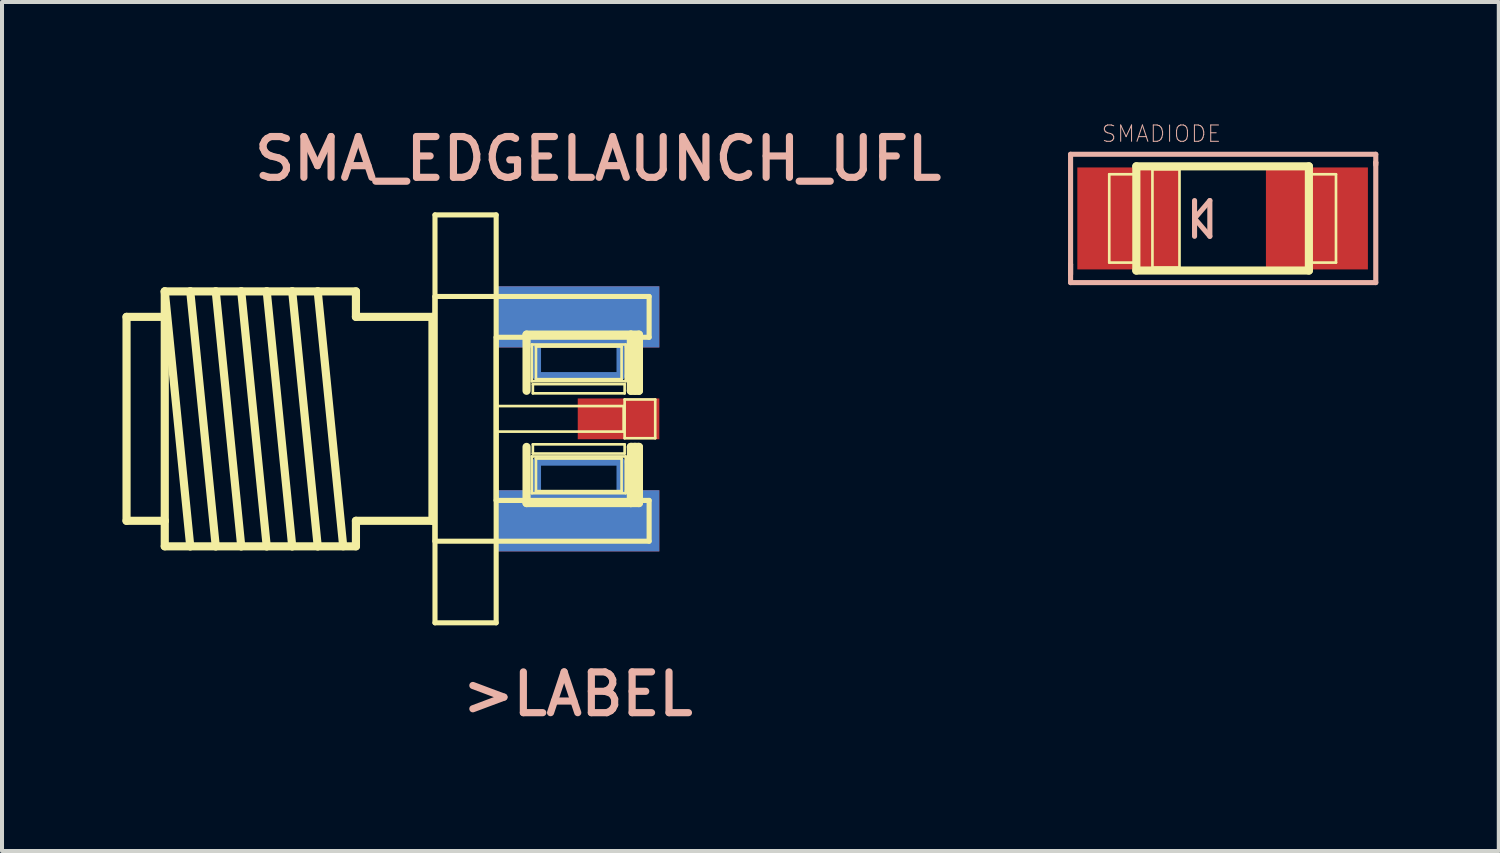
<source format=kicad_pcb>
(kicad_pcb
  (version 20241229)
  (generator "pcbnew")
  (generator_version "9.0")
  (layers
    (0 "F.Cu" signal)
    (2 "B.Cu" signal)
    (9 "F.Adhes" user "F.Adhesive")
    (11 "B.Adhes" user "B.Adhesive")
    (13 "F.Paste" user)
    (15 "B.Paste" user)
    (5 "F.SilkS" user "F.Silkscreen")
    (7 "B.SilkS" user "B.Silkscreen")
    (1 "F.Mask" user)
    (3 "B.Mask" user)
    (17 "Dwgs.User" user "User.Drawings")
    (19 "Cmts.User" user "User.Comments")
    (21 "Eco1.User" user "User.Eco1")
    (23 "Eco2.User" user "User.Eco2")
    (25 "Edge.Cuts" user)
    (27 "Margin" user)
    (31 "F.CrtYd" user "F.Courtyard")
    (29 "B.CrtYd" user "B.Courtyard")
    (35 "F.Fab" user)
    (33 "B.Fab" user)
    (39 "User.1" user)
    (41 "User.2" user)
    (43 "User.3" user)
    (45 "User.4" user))
  (footprint "SMADIODE"
    (layer "F.Cu")
    (at 27.404 2.391)
    (property "Reference" "SMADIODE" (at -1.524 -2.108 0) (layer "B.SilkS") (effects (font (size 0.406 0.406) (thickness 0.025))))
    (attr smd)
    (fp_line (start -2.824 -1.1) (end -2.174 -1.1) (stroke (width 0.066) (type solid)) (layer "F.SilkS"))
    (fp_line (start -2.824 1.1) (end -2.824 -1.1) (stroke (width 0.066) (type solid)) (layer "F.SilkS"))
    (fp_line (start -2.824 1.1) (end -2.174 1.1) (stroke (width 0.066) (type solid)) (layer "F.SilkS"))
    (fp_line (start -2.174 1.1) (end -2.174 -1.1) (stroke (width 0.066) (type solid)) (layer "F.SilkS"))
    (fp_line (start -2.149 -1.298) (end 2.149 -1.298) (stroke (width 0.203) (type solid)) (layer "F.SilkS"))
    (fp_line (start -2.149 1.298) (end -2.149 -1.298) (stroke (width 0.203) (type solid)) (layer "F.SilkS"))
    (fp_line (start -1.748 -1.224) (end -1.074 -1.224) (stroke (width 0.066) (type solid)) (layer "F.SilkS"))
    (fp_line (start -1.748 1.224) (end -1.748 -1.224) (stroke (width 0.066) (type solid)) (layer "F.SilkS"))
    (fp_line (start -1.748 1.224) (end -1.074 1.224) (stroke (width 0.066) (type solid)) (layer "F.SilkS"))
    (fp_line (start -1.074 1.224) (end -1.074 -1.224) (stroke (width 0.066) (type solid)) (layer "F.SilkS"))
    (fp_line (start 2.149 -1.298) (end 2.149 1.298) (stroke (width 0.203) (type solid)) (layer "F.SilkS"))
    (fp_line (start 2.149 1.298) (end -2.149 1.298) (stroke (width 0.203) (type solid)) (layer "F.SilkS"))
    (fp_line (start 2.174 -1.1) (end 2.824 -1.1) (stroke (width 0.066) (type solid)) (layer "F.SilkS"))
    (fp_line (start 2.174 1.1) (end 2.174 -1.1) (stroke (width 0.066) (type solid)) (layer "F.SilkS"))
    (fp_line (start 2.174 1.1) (end 2.824 1.1) (stroke (width 0.066) (type solid)) (layer "F.SilkS"))
    (fp_line (start 2.824 1.1) (end 2.824 -1.1) (stroke (width 0.066) (type solid)) (layer "F.SilkS"))
    (fp_line (start -3.787 -1.598) (end 3.815 -1.598) (stroke (width 0.127) (type solid)) (layer "B.SilkS"))
    (fp_line (start -3.787 1.146) (end -3.787 -1.598) (stroke (width 0.127) (type solid)) (layer "B.SilkS"))
    (fp_line (start -3.787 1.392) (end -3.787 1.146) (stroke (width 0.127) (type solid)) (layer "B.SilkS"))
    (fp_line (start -3.787 1.598) (end -3.787 1.146) (stroke (width 0.127) (type solid)) (layer "B.SilkS"))
    (fp_line (start -0.699 0) (end -0.318 0.445) (stroke (width 0.127) (type solid)) (layer "B.SilkS"))
    (fp_line (start -0.699 0.445) (end -0.699 -0.445) (stroke (width 0.127) (type solid)) (layer "B.SilkS"))
    (fp_line (start -0.318 -0.445) (end -0.699 0) (stroke (width 0.127) (type solid)) (layer "B.SilkS"))
    (fp_line (start -0.318 0.445) (end -0.318 -0.445) (stroke (width 0.127) (type solid)) (layer "B.SilkS"))
    (fp_line (start 3.815 -1.598) (end 3.815 -1.392) (stroke (width 0.127) (type solid)) (layer "B.SilkS"))
    (fp_line (start 3.815 -1.392) (end 3.815 -1.336) (stroke (width 0.127) (type solid)) (layer "B.SilkS"))
    (fp_line (start 3.815 -1.392) (end 3.815 1.598) (stroke (width 0.127) (type solid)) (layer "B.SilkS"))
    (fp_line (start 3.815 1.598) (end -3.787 1.598) (stroke (width 0.127) (type solid)) (layer "B.SilkS"))
    (pad "A" smd rect (at 2.349 0 180) (size 2.54 2.54) (layers "F.Cu" "F.Mask" "F.Paste"))
    (pad "C" smd rect (at -2.349 0) (size 2.54 2.54) (layers "F.Cu" "F.Mask" "F.Paste")))
  (footprint "SMA_EDGELAUNCH_UFL"
    (layer "F.Cu")
    (at 9.309 7.383)
    (property "Reference" "SMA_EDGELAUNCH_UFL" (at 2.54 -6.477 180) (layer "B.SilkS") (effects (font (size 1.016 1.016) (thickness 0.178))))
    (attr smd)
    (fp_line (start 1.016 -3.175) (end 3.099 -3.175) (stroke (width 0.203) (type solid)) (layer "B.Cu"))
    (fp_line (start 1.016 -1.064) (end 1.016 -3.175) (stroke (width 0.203) (type solid)) (layer "B.Cu"))
    (fp_line (start 1.016 1.064) (end 3.099 1.064) (stroke (width 0.203) (type solid)) (layer "B.Cu"))
    (fp_line (start 1.016 3.175) (end 1.016 1.064) (stroke (width 0.203) (type solid)) (layer "B.Cu"))
    (fp_line (start 3.099 -3.175) (end 3.099 -1.064) (stroke (width 0.203) (type solid)) (layer "B.Cu"))
    (fp_line (start 3.099 -1.064) (end 1.016 -1.064) (stroke (width 0.203) (type solid)) (layer "B.Cu"))
    (fp_line (start 3.099 1.064) (end 3.099 3.175) (stroke (width 0.203) (type solid)) (layer "B.Cu"))
    (fp_line (start 3.099 3.175) (end 1.016 3.175) (stroke (width 0.203) (type solid)) (layer "B.Cu"))
    (fp_line (start -9.207 -2.54) (end -8.255 -2.54) (stroke (width 0.203) (type solid)) (layer "F.SilkS"))
    (fp_line (start -9.207 2.54) (end -9.207 -2.54) (stroke (width 0.203) (type solid)) (layer "F.SilkS"))
    (fp_line (start -8.255 -3.175) (end -7.62 -3.175) (stroke (width 0.203) (type solid)) (layer "F.SilkS"))
    (fp_line (start -8.255 -3.175) (end -7.62 3.175) (stroke (width 0.203) (type solid)) (layer "F.SilkS"))
    (fp_line (start -8.255 -2.54) (end -8.255 -3.175) (stroke (width 0.203) (type solid)) (layer "F.SilkS"))
    (fp_line (start -8.255 -2.54) (end -8.255 2.54) (stroke (width 0.203) (type solid)) (layer "F.SilkS"))
    (fp_line (start -8.255 2.54) (end -9.207 2.54) (stroke (width 0.203) (type solid)) (layer "F.SilkS"))
    (fp_line (start -8.255 3.175) (end -8.255 2.54) (stroke (width 0.203) (type solid)) (layer "F.SilkS"))
    (fp_line (start -7.62 -3.175) (end -6.985 -3.175) (stroke (width 0.203) (type solid)) (layer "F.SilkS"))
    (fp_line (start -7.62 -3.175) (end -6.985 3.175) (stroke (width 0.203) (type solid)) (layer "F.SilkS"))
    (fp_line (start -7.62 3.175) (end -8.255 3.175) (stroke (width 0.203) (type solid)) (layer "F.SilkS"))
    (fp_line (start -6.985 -3.175) (end -6.35 -3.175) (stroke (width 0.203) (type solid)) (layer "F.SilkS"))
    (fp_line (start -6.985 -3.175) (end -6.35 3.175) (stroke (width 0.203) (type solid)) (layer "F.SilkS"))
    (fp_line (start -6.985 3.175) (end -7.62 3.175) (stroke (width 0.203) (type solid)) (layer "F.SilkS"))
    (fp_line (start -6.35 -3.175) (end -5.715 -3.175) (stroke (width 0.203) (type solid)) (layer "F.SilkS"))
    (fp_line (start -6.35 -3.175) (end -5.715 3.175) (stroke (width 0.203) (type solid)) (layer "F.SilkS"))
    (fp_line (start -6.35 3.175) (end -6.985 3.175) (stroke (width 0.203) (type solid)) (layer "F.SilkS"))
    (fp_line (start -5.715 -3.175) (end -5.08 -3.175) (stroke (width 0.203) (type solid)) (layer "F.SilkS"))
    (fp_line (start -5.715 -3.175) (end -5.08 3.175) (stroke (width 0.203) (type solid)) (layer "F.SilkS"))
    (fp_line (start -5.715 3.175) (end -6.35 3.175) (stroke (width 0.203) (type solid)) (layer "F.SilkS"))
    (fp_line (start -5.08 -3.175) (end -4.445 -3.175) (stroke (width 0.203) (type solid)) (layer "F.SilkS"))
    (fp_line (start -5.08 -3.175) (end -4.445 3.175) (stroke (width 0.203) (type solid)) (layer "F.SilkS"))
    (fp_line (start -5.08 3.175) (end -5.715 3.175) (stroke (width 0.203) (type solid)) (layer "F.SilkS"))
    (fp_line (start -4.445 -3.175) (end -3.81 3.175) (stroke (width 0.203) (type solid)) (layer "F.SilkS"))
    (fp_line (start -4.445 -3.175) (end -3.493 -3.175) (stroke (width 0.203) (type solid)) (layer "F.SilkS"))
    (fp_line (start -4.445 3.175) (end -5.08 3.175) (stroke (width 0.203) (type solid)) (layer "F.SilkS"))
    (fp_line (start -3.493 -3.175) (end -3.493 -2.54) (stroke (width 0.203) (type solid)) (layer "F.SilkS"))
    (fp_line (start -3.493 -2.54) (end -1.587 -2.54) (stroke (width 0.203) (type solid)) (layer "F.SilkS"))
    (fp_line (start -3.493 2.54) (end -3.493 3.175) (stroke (width 0.203) (type solid)) (layer "F.SilkS"))
    (fp_line (start -3.493 3.175) (end -4.445 3.175) (stroke (width 0.203) (type solid)) (layer "F.SilkS"))
    (fp_line (start -1.587 -2.54) (end -1.587 2.54) (stroke (width 0.203) (type solid)) (layer "F.SilkS"))
    (fp_line (start -1.587 2.54) (end -3.493 2.54) (stroke (width 0.203) (type solid)) (layer "F.SilkS"))
    (fp_line (start -1.524 -5.08) (end 0 -5.08) (stroke (width 0.127) (type solid)) (layer "F.SilkS"))
    (fp_line (start -1.524 -3.048) (end 3.81 -3.048) (stroke (width 0.127) (type solid)) (layer "F.SilkS"))
    (fp_line (start -1.524 3.048) (end -1.524 -3.048) (stroke (width 0.127) (type solid)) (layer "F.SilkS"))
    (fp_line (start -1.524 5.08) (end -1.524 -5.08) (stroke (width 0.127) (type solid)) (layer "F.SilkS"))
    (fp_line (start 0 -5.08) (end 0 5.08) (stroke (width 0.127) (type solid)) (layer "F.SilkS"))
    (fp_line (start 0 -2.032) (end 0 2.032) (stroke (width 0.127) (type solid)) (layer "F.SilkS"))
    (fp_line (start 0 -0.318) (end 3.175 -0.318) (stroke (width 0.066) (type solid)) (layer "F.SilkS"))
    (fp_line (start 0 0.318) (end 0 -0.318) (stroke (width 0.066) (type solid)) (layer "F.SilkS"))
    (fp_line (start 0 0.318) (end 3.175 0.318) (stroke (width 0.066) (type solid)) (layer "F.SilkS"))
    (fp_line (start 0 2.032) (end 3.81 2.032) (stroke (width 0.127) (type solid)) (layer "F.SilkS"))
    (fp_line (start 0 5.08) (end -1.524 5.08) (stroke (width 0.127) (type solid)) (layer "F.SilkS"))
    (fp_line (start 0.757 -0.699) (end 0.757 -2.098) (stroke (width 0.203) (type solid)) (layer "F.SilkS"))
    (fp_line (start 0.757 2.098) (end 0.757 0.699) (stroke (width 0.203) (type solid)) (layer "F.SilkS"))
    (fp_line (start 0.757 2.098) (end 3.355 2.098) (stroke (width 0.203) (type solid)) (layer "F.SilkS"))
    (fp_line (start 0.889 -1.852) (end 3.226 -1.852) (stroke (width 0.066) (type solid)) (layer "F.SilkS"))
    (fp_line (start 0.889 -0.937) (end 0.889 -1.852) (stroke (width 0.066) (type solid)) (layer "F.SilkS"))
    (fp_line (start 0.889 -0.937) (end 3.226 -0.937) (stroke (width 0.066) (type solid)) (layer "F.SilkS"))
    (fp_line (start 0.889 0.937) (end 3.226 0.937) (stroke (width 0.066) (type solid)) (layer "F.SilkS"))
    (fp_line (start 0.889 1.852) (end 0.889 0.937) (stroke (width 0.066) (type solid)) (layer "F.SilkS"))
    (fp_line (start 0.889 1.852) (end 3.226 1.852) (stroke (width 0.066) (type solid)) (layer "F.SilkS"))
    (fp_line (start 0.914 -0.864) (end 3.2 -0.864) (stroke (width 0.066) (type solid)) (layer "F.SilkS"))
    (fp_line (start 0.914 -0.635) (end 0.914 -0.864) (stroke (width 0.066) (type solid)) (layer "F.SilkS"))
    (fp_line (start 0.914 -0.635) (end 3.2 -0.635) (stroke (width 0.066) (type solid)) (layer "F.SilkS"))
    (fp_line (start 0.914 0.635) (end 3.2 0.635) (stroke (width 0.066) (type solid)) (layer "F.SilkS"))
    (fp_line (start 0.914 0.864) (end 0.914 0.635) (stroke (width 0.066) (type solid)) (layer "F.SilkS"))
    (fp_line (start 0.914 0.864) (end 3.2 0.864) (stroke (width 0.066) (type solid)) (layer "F.SilkS"))
    (fp_line (start 0.991 -1.801) (end 3.124 -1.801) (stroke (width 0.066) (type solid)) (layer "F.SilkS"))
    (fp_line (start 0.991 -0.988) (end 0.991 -1.801) (stroke (width 0.066) (type solid)) (layer "F.SilkS"))
    (fp_line (start 0.991 -0.988) (end 3.124 -0.988) (stroke (width 0.066) (type solid)) (layer "F.SilkS"))
    (fp_line (start 0.991 0.988) (end 3.124 0.988) (stroke (width 0.066) (type solid)) (layer "F.SilkS"))
    (fp_line (start 0.991 1.801) (end 0.991 0.988) (stroke (width 0.066) (type solid)) (layer "F.SilkS"))
    (fp_line (start 0.991 1.801) (end 3.124 1.801) (stroke (width 0.066) (type solid)) (layer "F.SilkS"))
    (fp_line (start 3.124 -0.988) (end 3.124 -1.801) (stroke (width 0.066) (type solid)) (layer "F.SilkS"))
    (fp_line (start 3.124 1.801) (end 3.124 0.988) (stroke (width 0.066) (type solid)) (layer "F.SilkS"))
    (fp_line (start 3.175 0.318) (end 3.175 -0.318) (stroke (width 0.066) (type solid)) (layer "F.SilkS"))
    (fp_line (start 3.2 -0.635) (end 3.2 -0.864) (stroke (width 0.066) (type solid)) (layer "F.SilkS"))
    (fp_line (start 3.2 -0.483) (end 3.962 -0.483) (stroke (width 0.066) (type solid)) (layer "F.SilkS"))
    (fp_line (start 3.2 0.483) (end 3.2 -0.483) (stroke (width 0.066) (type solid)) (layer "F.SilkS"))
    (fp_line (start 3.2 0.483) (end 3.962 0.483) (stroke (width 0.066) (type solid)) (layer "F.SilkS"))
    (fp_line (start 3.2 0.864) (end 3.2 0.635) (stroke (width 0.066) (type solid)) (layer "F.SilkS"))
    (fp_line (start 3.226 -0.937) (end 3.226 -1.852) (stroke (width 0.066) (type solid)) (layer "F.SilkS"))
    (fp_line (start 3.226 1.852) (end 3.226 0.937) (stroke (width 0.066) (type solid)) (layer "F.SilkS"))
    (fp_line (start 3.355 -2.098) (end 0.757 -2.098) (stroke (width 0.203) (type solid)) (layer "F.SilkS"))
    (fp_line (start 3.355 -0.699) (end 3.355 -2.098) (stroke (width 0.203) (type solid)) (layer "F.SilkS"))
    (fp_line (start 3.355 2.098) (end 3.355 0.699) (stroke (width 0.203) (type solid)) (layer "F.SilkS"))
    (fp_line (start 3.457 -0.699) (end 3.457 -1.999) (stroke (width 0.203) (type solid)) (layer "F.SilkS"))
    (fp_line (start 3.457 1.999) (end 3.457 0.699) (stroke (width 0.203) (type solid)) (layer "F.SilkS"))
    (fp_line (start 3.556 -2.098) (end 3.355 -2.098) (stroke (width 0.203) (type solid)) (layer "F.SilkS"))
    (fp_line (start 3.556 -0.699) (end 3.355 -0.699) (stroke (width 0.203) (type solid)) (layer "F.SilkS"))
    (fp_line (start 3.556 -0.699) (end 3.556 -2.098) (stroke (width 0.203) (type solid)) (layer "F.SilkS"))
    (fp_line (start 3.556 0.699) (end 3.355 0.699) (stroke (width 0.203) (type solid)) (layer "F.SilkS"))
    (fp_line (start 3.556 2.098) (end 3.355 2.098) (stroke (width 0.203) (type solid)) (layer "F.SilkS"))
    (fp_line (start 3.556 2.098) (end 3.556 0.699) (stroke (width 0.203) (type solid)) (layer "F.SilkS"))
    (fp_line (start 3.81 -3.048) (end 3.81 -2.032) (stroke (width 0.127) (type solid)) (layer "F.SilkS"))
    (fp_line (start 3.81 -2.032) (end 0 -2.032) (stroke (width 0.127) (type solid)) (layer "F.SilkS"))
    (fp_line (start 3.81 2.032) (end 3.81 3.048) (stroke (width 0.127) (type solid)) (layer "F.SilkS"))
    (fp_line (start 3.81 3.048) (end -1.524 3.048) (stroke (width 0.127) (type solid)) (layer "F.SilkS"))
    (fp_line (start 3.962 0.483) (end 3.962 -0.483) (stroke (width 0.066) (type solid)) (layer "F.SilkS"))
    (fp_text user ">LABEL" (at 2.032 6.858 180) (layer "B.SilkS") (effects (font (size 1.016 1.016) (thickness 0.178))))
    (pad "GND@" smd rect (at 2.032 -2.54 90) (size 1.524 4.064) (layers "F.Cu" "F.Mask" "F.Paste"))
    (pad "GND@" smd rect (at 2.032 -2.54 90) (size 1.524 4.064) (layers "B.Cu" "B.Mask"))
    (pad "GND@" smd rect (at 2.032 2.54 90) (size 1.524 4.064) (layers "F.Cu" "F.Mask" "F.Paste"))
    (pad "GND@" smd rect (at 2.032 2.54 90) (size 1.524 4.064) (layers "B.Cu" "B.Mask"))
    (pad "P" smd rect (at 3.048 0 90) (size 1.016 2.032) (layers "F.Cu" "F.Mask" "F.Paste")))
  (gr_rect
    (start -3 -3)
    (end 34.283 18.148)
    (stroke (width 0.1) (type default))
    (fill no)
    (layer "Edge.Cuts")))
</source>
